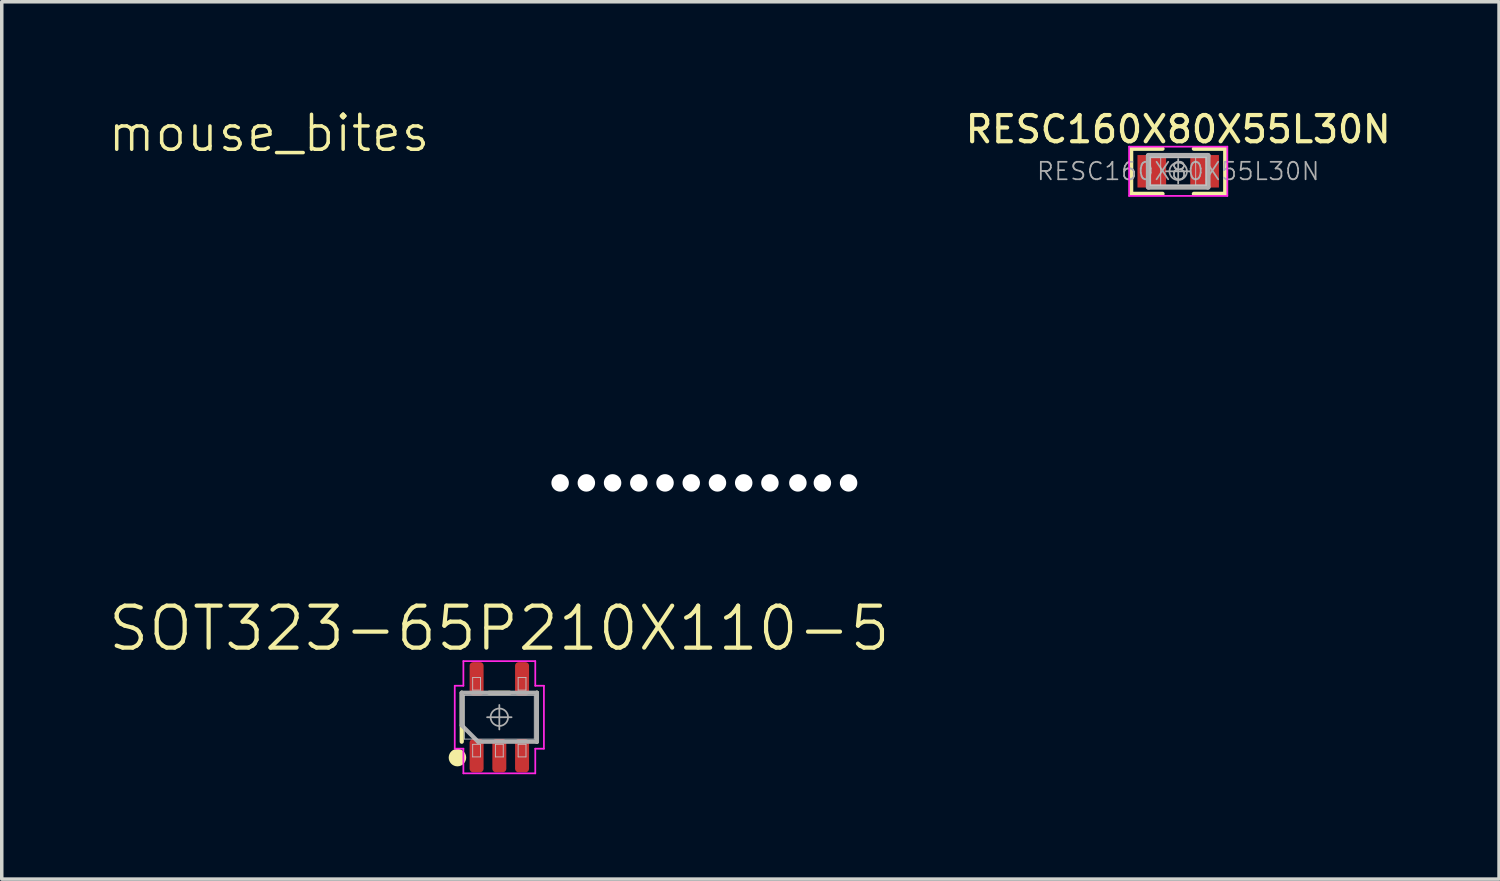
<source format=kicad_pcb>
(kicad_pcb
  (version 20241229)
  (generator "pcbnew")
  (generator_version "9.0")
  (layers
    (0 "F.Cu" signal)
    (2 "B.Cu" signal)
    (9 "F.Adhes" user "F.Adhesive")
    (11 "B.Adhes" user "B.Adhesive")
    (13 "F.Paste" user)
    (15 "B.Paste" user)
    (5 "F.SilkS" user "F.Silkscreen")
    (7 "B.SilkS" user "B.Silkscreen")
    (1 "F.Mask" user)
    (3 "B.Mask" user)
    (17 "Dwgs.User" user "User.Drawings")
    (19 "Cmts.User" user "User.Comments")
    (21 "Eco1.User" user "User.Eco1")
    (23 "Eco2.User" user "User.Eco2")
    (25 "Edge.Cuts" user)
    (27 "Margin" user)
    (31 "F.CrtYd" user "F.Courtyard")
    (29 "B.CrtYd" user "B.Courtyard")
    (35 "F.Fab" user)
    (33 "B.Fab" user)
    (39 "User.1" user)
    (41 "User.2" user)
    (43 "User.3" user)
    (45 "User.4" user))
  (footprint "RESC160X80X55L30N"
    (layer "F.Cu")
    (at 30.647 1.849)
    (property "Reference" "RESC160X80X55L30N" (at 0 -1.2 0) (layer "F.SilkS") (effects (font (size 0.75 0.75) (thickness 0.12))))
    (attr smd)
    (fp_line (start -1.345 -0.645) (end -0.448 -0.645) (stroke (width 0.12) (type solid)) (layer "F.SilkS"))
    (fp_line (start -1.345 0.645) (end -1.345 -0.645) (stroke (width 0.12) (type solid)) (layer "F.SilkS"))
    (fp_line (start -0.448 0.645) (end -1.345 0.645) (stroke (width 0.12) (type solid)) (layer "F.SilkS"))
    (fp_line (start 0.448 0.645) (end 1.345 0.645) (stroke (width 0.12) (type solid)) (layer "F.SilkS"))
    (fp_line (start 1.345 -0.645) (end 0.448 -0.645) (stroke (width 0.12) (type solid)) (layer "F.SilkS"))
    (fp_line (start 1.345 0.645) (end 1.345 -0.645) (stroke (width 0.12) (type solid)) (layer "F.SilkS"))
    (fp_line (start -0.8 -0.4) (end -0.5 -0.4) (stroke (width 0.025) (type solid)) (layer "Dwgs.User"))
    (fp_line (start -0.8 -0.4) (end 0.8 -0.4) (stroke (width 0.025) (type solid)) (layer "Dwgs.User"))
    (fp_line (start -0.8 0.4) (end -0.8 -0.4) (stroke (width 0.025) (type solid)) (layer "Dwgs.User"))
    (fp_line (start -0.8 0.4) (end -0.8 -0.4) (stroke (width 0.025) (type solid)) (layer "Dwgs.User"))
    (fp_line (start -0.5 -0.4) (end -0.5 0.4) (stroke (width 0.025) (type solid)) (layer "Dwgs.User"))
    (fp_line (start -0.5 0.4) (end -0.8 0.4) (stroke (width 0.025) (type solid)) (layer "Dwgs.User"))
    (fp_line (start 0.5 -0.4) (end 0.8 -0.4) (stroke (width 0.025) (type solid)) (layer "Dwgs.User"))
    (fp_line (start 0.5 0.4) (end 0.5 -0.4) (stroke (width 0.025) (type solid)) (layer "Dwgs.User"))
    (fp_line (start 0.8 -0.4) (end 0.8 0.4) (stroke (width 0.025) (type solid)) (layer "Dwgs.User"))
    (fp_line (start 0.8 -0.4) (end 0.8 0.4) (stroke (width 0.025) (type solid)) (layer "Dwgs.User"))
    (fp_line (start 0.8 0.4) (end -0.8 0.4) (stroke (width 0.025) (type solid)) (layer "Dwgs.User"))
    (fp_line (start 0.8 0.4) (end 0.5 0.4) (stroke (width 0.025) (type solid)) (layer "Dwgs.User"))
    (fp_line (start -1.405 -0.704) (end 1.405 -0.704) (stroke (width 0.05) (type solid)) (layer "F.CrtYd"))
    (fp_line (start -1.405 0.704) (end -1.405 -0.704) (stroke (width 0.05) (type solid)) (layer "F.CrtYd"))
    (fp_line (start 1.405 -0.704) (end 1.405 0.704) (stroke (width 0.05) (type solid)) (layer "F.CrtYd"))
    (fp_line (start 1.405 0.704) (end -1.405 0.704) (stroke (width 0.05) (type solid)) (layer "F.CrtYd"))
    (fp_line (start -0.85 -0.45) (end 0.85 -0.45) (stroke (width 0.15) (type solid)) (layer "F.Fab"))
    (fp_line (start -0.85 0.45) (end -0.85 -0.45) (stroke (width 0.15) (type solid)) (layer "F.Fab"))
    (fp_line (start 0 -0.35) (end 0 0.35) (stroke (width 0.05) (type solid)) (layer "F.Fab"))
    (fp_line (start 0.35 0) (end -0.35 0) (stroke (width 0.05) (type solid)) (layer "F.Fab"))
    (fp_line (start 0.85 -0.45) (end 0.85 0.45) (stroke (width 0.15) (type solid)) (layer "F.Fab"))
    (fp_line (start 0.85 0.45) (end -0.85 0.45) (stroke (width 0.15) (type solid)) (layer "F.Fab"))
    (fp_circle (center 0 0) (end 0.25 0) (stroke (width 0.05) (type solid)) (fill no) (layer "F.Fab"))
    (fp_text user "${REFERENCE}" (at 0 0 0) (layer "F.Fab") (effects (font (size 0.5 0.5) (thickness 0.05))))
    (pad "1" smd rect (at -0.755 0) (size 0.82 0.929) (layers "F.Cu" "F.Mask" "F.Paste"))
    (pad "2" smd rect (at 0.755 0) (size 0.82 0.929) (layers "F.Cu" "F.Mask" "F.Paste")))
  (footprint "mouse_bites"
    (layer "F.Cu")
    (at 17.095 10.761)
    (property "Reference" "mouse_bites" (at -12.45 -10 0) (unlocked yes) (layer "F.SilkS") (effects (font (size 1 1) (thickness 0.1))))
    (attr through_hole)
    (pad "" np_thru_hole circle (at -4.125 0) (size 0.5 0.5) (drill 0.5) (layers "*.Cu" "*.Mask"))
    (pad "" np_thru_hole circle (at -3.375 0) (size 0.5 0.5) (drill 0.5) (layers "*.Cu" "*.Mask"))
    (pad "" np_thru_hole circle (at -2.625 0) (size 0.5 0.5) (drill 0.5) (layers "*.Cu" "*.Mask"))
    (pad "" np_thru_hole circle (at -1.875 0) (size 0.5 0.5) (drill 0.5) (layers "*.Cu" "*.Mask"))
    (pad "" np_thru_hole circle (at -1.125 0) (size 0.5 0.5) (drill 0.5) (layers "*.Cu" "*.Mask"))
    (pad "" np_thru_hole circle (at -0.375 0) (size 0.5 0.5) (drill 0.5) (layers "*.Cu" "*.Mask"))
    (pad "" np_thru_hole circle (at 0.375 0) (size 0.5 0.5) (drill 0.5) (layers "*.Cu" "*.Mask"))
    (pad "" np_thru_hole circle (at 1.125 0) (size 0.5 0.5) (drill 0.5) (layers "*.Cu" "*.Mask"))
    (pad "" np_thru_hole circle (at 1.875 0) (size 0.5 0.5) (drill 0.5) (layers "*.Cu" "*.Mask"))
    (pad "" np_thru_hole circle (at 2.675 0) (size 0.5 0.5) (drill 0.5) (layers "*.Cu" "*.Mask"))
    (pad "" np_thru_hole circle (at 3.375 0) (size 0.5 0.5) (drill 0.5) (layers "*.Cu" "*.Mask"))
    (pad "" np_thru_hole circle (at 4.125 0) (size 0.5 0.5) (drill 0.5) (layers "*.Cu" "*.Mask")))
  (footprint "SOT323-65P210X110-5"
    (layer "F.Cu")
    (at 11.231 17.463)
    (property "Reference" "SOT323-65P210X110-5" (at 0 -2.54 0) (layer "F.SilkS") (effects (font (size 1.2 1.2) (thickness 0.12))))
    (attr smd)
    (fp_line (start -1.075 0.7) (end -1.075 -0.7) (stroke (width 0.12) (type solid)) (layer "F.SilkS"))
    (fp_line (start 0.292 -0.7) (end -0.292 -0.7) (stroke (width 0.12) (type solid)) (layer "F.SilkS"))
    (fp_line (start 1.075 -0.7) (end 1.075 0.7) (stroke (width 0.12) (type solid)) (layer "F.SilkS"))
    (fp_circle (center -1.198 1.155) (end -1.198 1.28) (stroke (width 0.25) (type solid)) (fill no) (layer "F.SilkS"))
    (fp_line (start -1 -0.625) (end 1 -0.625) (stroke (width 0.025) (type solid)) (layer "Dwgs.User"))
    (fp_line (start -1 0.625) (end -1 -0.625) (stroke (width 0.025) (type solid)) (layer "Dwgs.User"))
    (fp_line (start -0.762 -1.135) (end -0.538 -1.135) (stroke (width 0.025) (type solid)) (layer "Dwgs.User"))
    (fp_line (start -0.762 -0.775) (end -0.762 -1.135) (stroke (width 0.025) (type solid)) (layer "Dwgs.User"))
    (fp_line (start -0.762 0.775) (end -0.538 0.775) (stroke (width 0.025) (type solid)) (layer "Dwgs.User"))
    (fp_line (start -0.762 1.135) (end -0.762 0.775) (stroke (width 0.025) (type solid)) (layer "Dwgs.User"))
    (fp_line (start -0.538 -1.135) (end -0.538 -0.775) (stroke (width 0.025) (type solid)) (layer "Dwgs.User"))
    (fp_line (start -0.538 -0.775) (end -0.762 -0.775) (stroke (width 0.025) (type solid)) (layer "Dwgs.User"))
    (fp_line (start -0.538 0.775) (end -0.538 1.135) (stroke (width 0.025) (type solid)) (layer "Dwgs.User"))
    (fp_line (start -0.538 1.135) (end -0.762 1.135) (stroke (width 0.025) (type solid)) (layer "Dwgs.User"))
    (fp_line (start -0.112 0.775) (end 0.112 0.775) (stroke (width 0.025) (type solid)) (layer "Dwgs.User"))
    (fp_line (start -0.112 1.135) (end -0.112 0.775) (stroke (width 0.025) (type solid)) (layer "Dwgs.User"))
    (fp_line (start 0.112 0.775) (end 0.112 1.135) (stroke (width 0.025) (type solid)) (layer "Dwgs.User"))
    (fp_line (start 0.112 1.135) (end -0.112 1.135) (stroke (width 0.025) (type solid)) (layer "Dwgs.User"))
    (fp_line (start 0.538 -1.135) (end 0.762 -1.135) (stroke (width 0.025) (type solid)) (layer "Dwgs.User"))
    (fp_line (start 0.538 -0.775) (end 0.538 -1.135) (stroke (width 0.025) (type solid)) (layer "Dwgs.User"))
    (fp_line (start 0.538 0.775) (end 0.762 0.775) (stroke (width 0.025) (type solid)) (layer "Dwgs.User"))
    (fp_line (start 0.538 1.135) (end 0.538 0.775) (stroke (width 0.025) (type solid)) (layer "Dwgs.User"))
    (fp_line (start 0.762 -1.135) (end 0.762 -0.775) (stroke (width 0.025) (type solid)) (layer "Dwgs.User"))
    (fp_line (start 0.762 -0.775) (end 0.538 -0.775) (stroke (width 0.025) (type solid)) (layer "Dwgs.User"))
    (fp_line (start 0.762 0.775) (end 0.762 1.135) (stroke (width 0.025) (type solid)) (layer "Dwgs.User"))
    (fp_line (start 0.762 1.135) (end 0.538 1.135) (stroke (width 0.025) (type solid)) (layer "Dwgs.User"))
    (fp_line (start 1 -0.625) (end 1 0.625) (stroke (width 0.025) (type solid)) (layer "Dwgs.User"))
    (fp_line (start 1 0.625) (end -1 0.625) (stroke (width 0.025) (type solid)) (layer "Dwgs.User"))
    (fp_line (start -1.275 -0.9) (end -1.275 0.9) (stroke (width 0.05) (type solid)) (layer "F.CrtYd"))
    (fp_line (start -1.275 0.9) (end -1.028 0.9) (stroke (width 0.05) (type solid)) (layer "F.CrtYd"))
    (fp_line (start -1.028 -1.605) (end -1.028 -0.9) (stroke (width 0.05) (type solid)) (layer "F.CrtYd"))
    (fp_line (start -1.028 -0.9) (end -1.275 -0.9) (stroke (width 0.05) (type solid)) (layer "F.CrtYd"))
    (fp_line (start -1.028 0.9) (end -1.028 1.605) (stroke (width 0.05) (type solid)) (layer "F.CrtYd"))
    (fp_line (start -1.028 1.605) (end 1.028 1.605) (stroke (width 0.05) (type solid)) (layer "F.CrtYd"))
    (fp_line (start 1.028 -1.605) (end -1.028 -1.605) (stroke (width 0.05) (type solid)) (layer "F.CrtYd"))
    (fp_line (start 1.028 -0.9) (end 1.028 -1.605) (stroke (width 0.05) (type solid)) (layer "F.CrtYd"))
    (fp_line (start 1.028 0.9) (end 1.275 0.9) (stroke (width 0.05) (type solid)) (layer "F.CrtYd"))
    (fp_line (start 1.028 1.605) (end 1.028 0.9) (stroke (width 0.05) (type solid)) (layer "F.CrtYd"))
    (fp_line (start 1.275 -0.9) (end 1.028 -0.9) (stroke (width 0.05) (type solid)) (layer "F.CrtYd"))
    (fp_line (start 1.275 0.9) (end 1.275 -0.9) (stroke (width 0.05) (type solid)) (layer "F.CrtYd"))
    (fp_line (start -1.075 -0.7) (end 1.075 -0.7) (stroke (width 0.12) (type solid)) (layer "F.Fab"))
    (fp_line (start -1.075 0.233) (end -1.075 -0.7) (stroke (width 0.12) (type solid)) (layer "F.Fab"))
    (fp_line (start -0.608 0.7) (end -1.075 0.233) (stroke (width 0.12) (type solid)) (layer "F.Fab"))
    (fp_line (start -0.35 0) (end 0.35 0) (stroke (width 0.05) (type solid)) (layer "F.Fab"))
    (fp_line (start 0 -0.35) (end 0 0.35) (stroke (width 0.05) (type solid)) (layer "F.Fab"))
    (fp_line (start 1.075 -0.7) (end 1.075 0.7) (stroke (width 0.12) (type solid)) (layer "F.Fab"))
    (fp_line (start 1.075 0.7) (end -0.608 0.7) (stroke (width 0.12) (type solid)) (layer "F.Fab"))
    (fp_circle (center 0 0) (end 0.25 0) (stroke (width 0.05) (type solid)) (fill no) (layer "F.Fab"))
    (pad "1" smd roundrect (at -0.65 1.1 90) (size 0.95 0.4) (layers "F.Cu" "F.Mask" "F.Paste") (roundrect_rratio 0.25))
    (pad "2" smd roundrect (at 0 1.1 90) (size 0.95 0.4) (layers "F.Cu" "F.Mask" "F.Paste") (roundrect_rratio 0.25))
    (pad "3" smd roundrect (at 0.65 1.1 90) (size 0.95 0.4) (layers "F.Cu" "F.Mask" "F.Paste") (roundrect_rratio 0.25))
    (pad "4" smd roundrect (at 0.65 -1.1 90) (size 0.95 0.4) (layers "F.Cu" "F.Mask" "F.Paste") (roundrect_rratio 0.25))
    (pad "5" smd roundrect (at -0.65 -1.1 90) (size 0.95 0.4) (layers "F.Cu" "F.Mask" "F.Paste") (roundrect_rratio 0.25)))
  (gr_rect
    (start -3 -3)
    (end 39.823 22.093)
    (stroke (width 0.1) (type default))
    (fill no)
    (layer "Edge.Cuts")))
</source>
